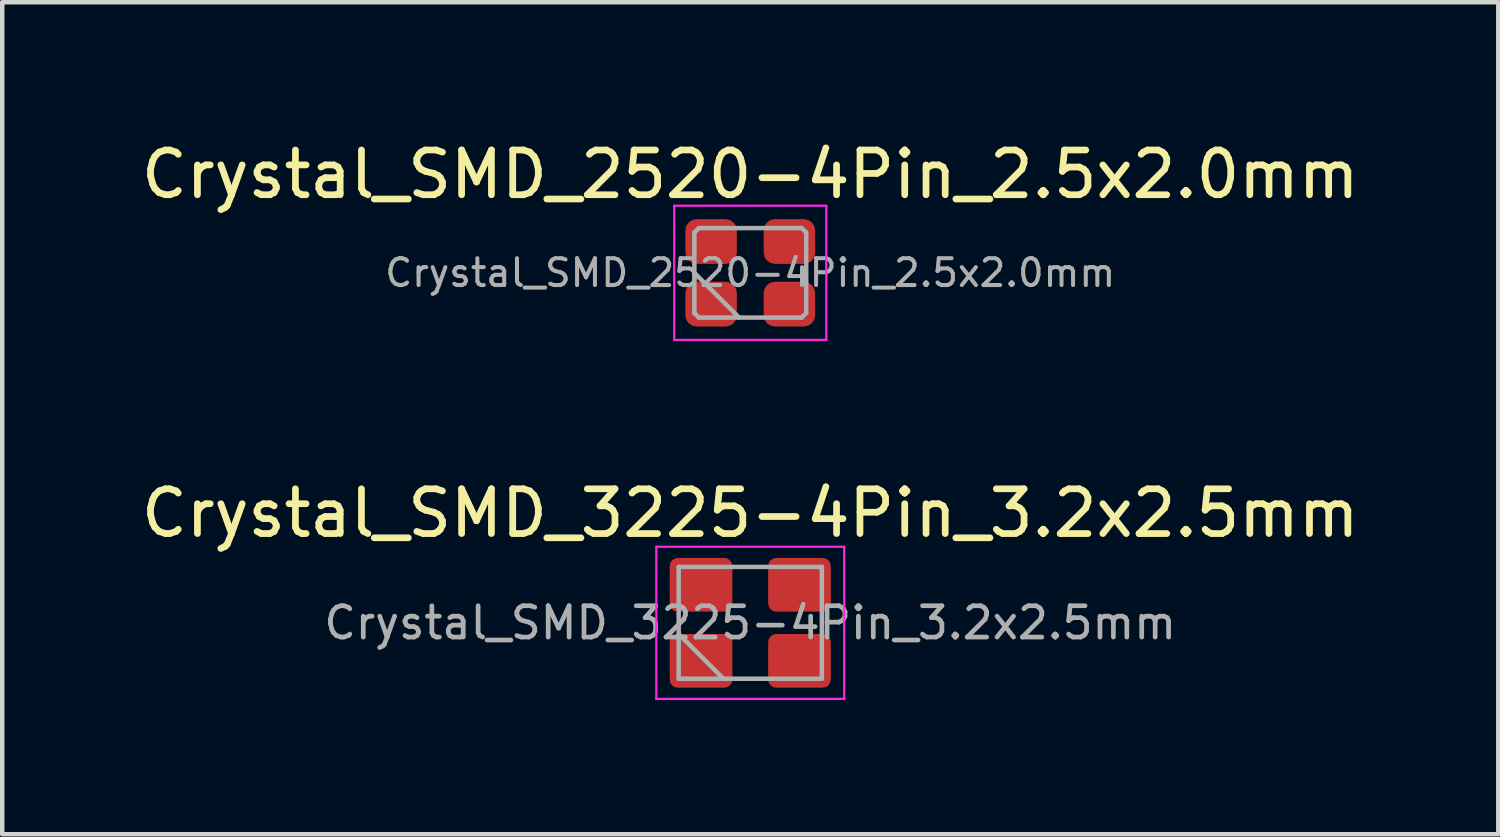
<source format=kicad_pcb>
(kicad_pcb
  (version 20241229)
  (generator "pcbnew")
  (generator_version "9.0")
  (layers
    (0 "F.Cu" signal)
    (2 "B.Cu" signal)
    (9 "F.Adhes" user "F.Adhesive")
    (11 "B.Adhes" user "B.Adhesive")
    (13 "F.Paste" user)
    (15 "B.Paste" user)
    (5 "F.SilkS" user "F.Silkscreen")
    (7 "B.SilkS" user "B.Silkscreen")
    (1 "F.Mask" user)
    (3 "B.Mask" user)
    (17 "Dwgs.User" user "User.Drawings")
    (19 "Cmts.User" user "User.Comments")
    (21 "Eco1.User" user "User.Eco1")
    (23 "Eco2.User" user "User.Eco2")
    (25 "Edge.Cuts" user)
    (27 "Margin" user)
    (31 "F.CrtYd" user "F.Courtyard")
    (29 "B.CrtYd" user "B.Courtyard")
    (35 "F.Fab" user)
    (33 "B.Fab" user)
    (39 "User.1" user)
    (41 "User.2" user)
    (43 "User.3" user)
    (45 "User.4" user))
  (footprint "Crystal_SMD_3225-4Pin_3.2x2.5mm"
    (layer "F.Cu")
    (at 13.72 10.871)
    (property "Reference" "Crystal_SMD_3225-4Pin_3.2x2.5mm" (at 0 -2.45 0) (layer "F.SilkS") (effects (font (size 1 1) (thickness 0.15))))
    (attr smd)
    (fp_line (start -2.1 -1.7) (end -2.1 1.7) (stroke (width 0.05) (type solid)) (layer "F.CrtYd"))
    (fp_line (start -2.1 1.7) (end 2.1 1.7) (stroke (width 0.05) (type solid)) (layer "F.CrtYd"))
    (fp_line (start 2.1 -1.7) (end -2.1 -1.7) (stroke (width 0.05) (type solid)) (layer "F.CrtYd"))
    (fp_line (start 2.1 1.7) (end 2.1 -1.7) (stroke (width 0.05) (type solid)) (layer "F.CrtYd"))
    (fp_line (start -1.6 -1.25) (end -1.6 1.25) (stroke (width 0.1) (type solid)) (layer "F.Fab"))
    (fp_line (start -1.6 0.25) (end -0.6 1.25) (stroke (width 0.1) (type solid)) (layer "F.Fab"))
    (fp_line (start -1.6 1.25) (end 1.6 1.25) (stroke (width 0.1) (type solid)) (layer "F.Fab"))
    (fp_line (start 1.6 -1.25) (end -1.6 -1.25) (stroke (width 0.1) (type solid)) (layer "F.Fab"))
    (fp_line (start 1.6 1.25) (end 1.6 -1.25) (stroke (width 0.1) (type solid)) (layer "F.Fab"))
    (fp_text user "${REFERENCE}" (at 0 0 0) (layer "F.Fab") (effects (font (size 0.7 0.7) (thickness 0.105))))
    (pad "1" smd roundrect (at -1.1 0.85) (size 1.4 1.2) (layers "F.Cu" "F.Mask" "F.Paste") (roundrect_rratio 0.15))
    (pad "2" smd roundrect (at 1.1 0.85) (size 1.4 1.2) (layers "F.Cu" "F.Mask" "F.Paste") (roundrect_rratio 0.15))
    (pad "3" smd roundrect (at 1.1 -0.85) (size 1.4 1.2) (layers "F.Cu" "F.Mask" "F.Paste") (roundrect_rratio 0.15))
    (pad "4" smd roundrect (at -1.1 -0.85) (size 1.4 1.2) (layers "F.Cu" "F.Mask" "F.Paste") (roundrect_rratio 0.15)))
  (footprint "Crystal_SMD_2520-4Pin_2.5x2.0mm"
    (layer "F.Cu")
    (at 13.72 3.048)
    (property "Reference" "Crystal_SMD_2520-4Pin_2.5x2.0mm" (at 0 -2.2 0) (layer "F.SilkS") (effects (font (size 1 1) (thickness 0.15))))
    (attr smd)
    (fp_line (start -1.7 -1.5) (end -1.7 1.5) (stroke (width 0.05) (type solid)) (layer "F.CrtYd"))
    (fp_line (start -1.7 1.5) (end 1.7 1.5) (stroke (width 0.05) (type solid)) (layer "F.CrtYd"))
    (fp_line (start 1.7 -1.5) (end -1.7 -1.5) (stroke (width 0.05) (type solid)) (layer "F.CrtYd"))
    (fp_line (start 1.7 1.5) (end 1.7 -1.5) (stroke (width 0.05) (type solid)) (layer "F.CrtYd"))
    (fp_line (start -1.25 -0.9) (end -1.15 -1) (stroke (width 0.1) (type solid)) (layer "F.Fab"))
    (fp_line (start -1.25 0) (end -0.25 1) (stroke (width 0.1) (type solid)) (layer "F.Fab"))
    (fp_line (start -1.25 0.9) (end -1.25 -0.9) (stroke (width 0.1) (type solid)) (layer "F.Fab"))
    (fp_line (start -1.15 -1) (end 1.15 -1) (stroke (width 0.1) (type solid)) (layer "F.Fab"))
    (fp_line (start -1.15 1) (end -1.25 0.9) (stroke (width 0.1) (type solid)) (layer "F.Fab"))
    (fp_line (start 1.15 -1) (end 1.25 -0.9) (stroke (width 0.1) (type solid)) (layer "F.Fab"))
    (fp_line (start 1.15 1) (end -1.15 1) (stroke (width 0.1) (type solid)) (layer "F.Fab"))
    (fp_line (start 1.25 -0.9) (end 1.25 0.9) (stroke (width 0.1) (type solid)) (layer "F.Fab"))
    (fp_line (start 1.25 0.9) (end 1.15 1) (stroke (width 0.1) (type solid)) (layer "F.Fab"))
    (fp_text user "${REFERENCE}" (at 0 0 0) (layer "F.Fab") (effects (font (size 0.6 0.6) (thickness 0.09))))
    (pad "1" smd roundrect (at -0.875 0.7) (size 1.15 1) (layers "F.Cu" "F.Mask" "F.Paste") (roundrect_rratio 0.25))
    (pad "2" smd roundrect (at 0.875 0.7) (size 1.15 1) (layers "F.Cu" "F.Mask" "F.Paste") (roundrect_rratio 0.25))
    (pad "3" smd roundrect (at 0.875 -0.7) (size 1.15 1) (layers "F.Cu" "F.Mask" "F.Paste") (roundrect_rratio 0.25))
    (pad "4" smd roundrect (at -0.875 -0.7) (size 1.15 1) (layers "F.Cu" "F.Mask" "F.Paste") (roundrect_rratio 0.25)))
  (gr_rect
    (start -3 -3)
    (end 30.44 15.597)
    (stroke (width 0.1) (type default))
    (fill no)
    (layer "Edge.Cuts")))
</source>
